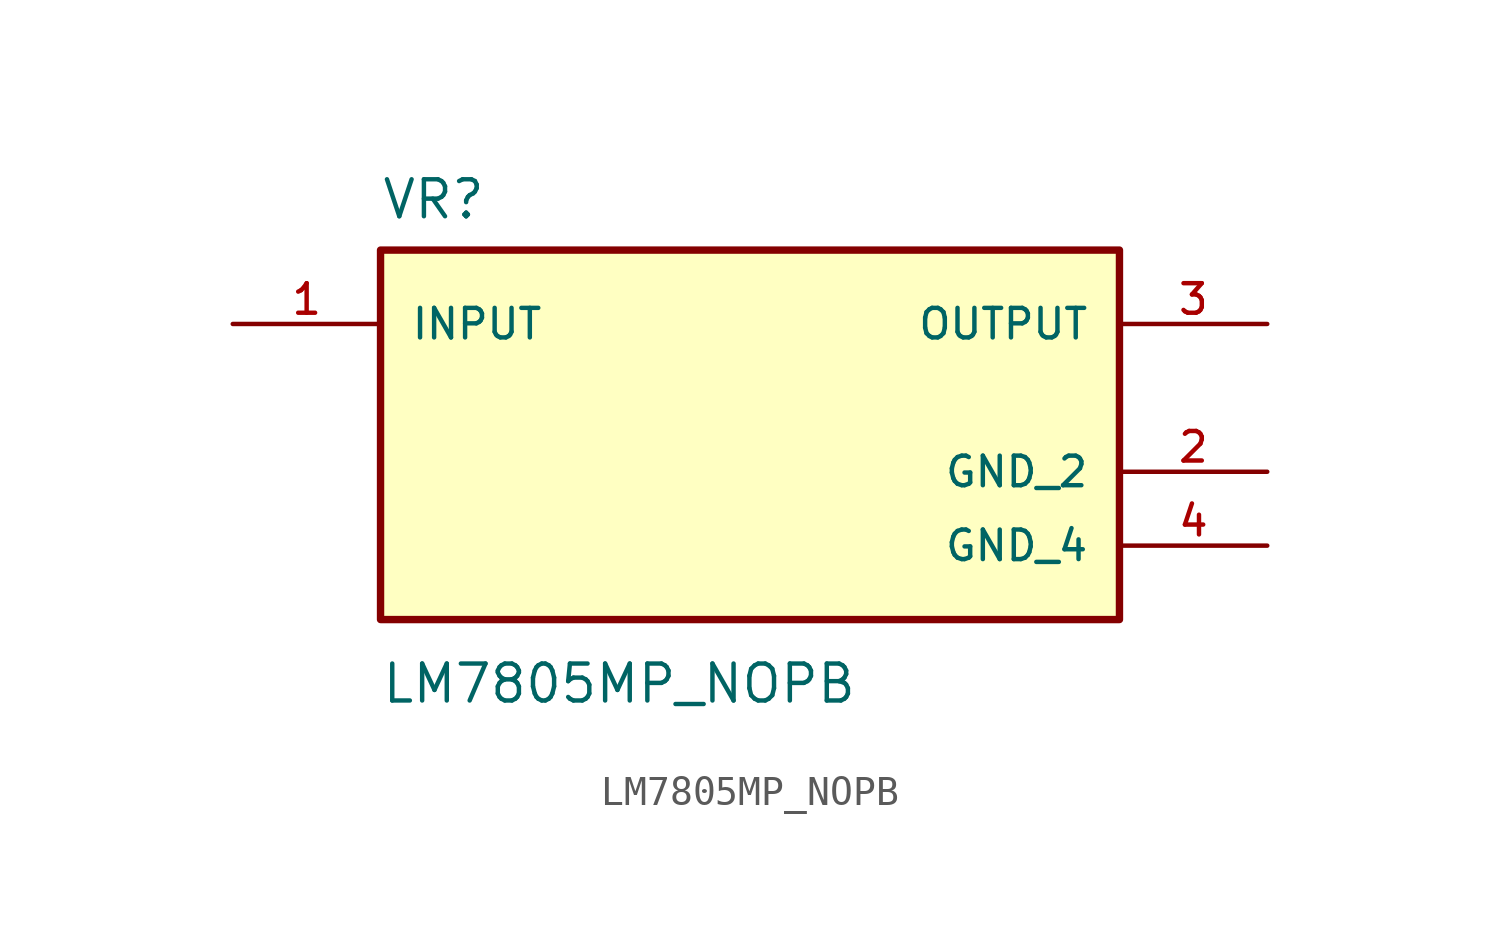
<source format=kicad_sym>
(kicad_symbol_lib
  (version 20211014)
  (generator kicad_symbol_editor)
  (symbol "LM7805MP_NOPB"
    (pin_names
      (offset 1.016))
    (property "Reference" "VR"
      (at -12.7 6.08 0.0)
      (effects (font (size 1.27 1.27)) (justify bottom left)))
    (property "Value" "LM7805MP_NOPB"
      (at -12.7 -9.08 0.0)
      (effects (font (size 1.27 1.27)) (justify top left)))
    (symbol "LM7805MP_NOPB_0_0"
      (rectangle (start -12.7 -7.62) (end 12.7 5.08) (stroke (width 0.254)) (fill (type background)))
      (pin input line (at -17.78 2.54 0) (length 5.08) (name "INPUT" (effects (font (size 1.016 1.016)))) (number "1" (effects (font (size 1.016 1.016)))))
      (pin output line (at 17.78 2.54 180.0) (length 5.08) (name "OUTPUT" (effects (font (size 1.016 1.016)))) (number "3" (effects (font (size 1.016 1.016)))))
      (pin power_in line (at 17.78 -2.54 180.0) (length 5.08) (name "GND_2" (effects (font (size 1.016 1.016)))) (number "2" (effects (font (size 1.016 1.016)))))
      (pin power_in line (at 17.78 -5.08 180.0) (length 5.08) (name "GND_4" (effects (font (size 1.016 1.016)))) (number "4" (effects (font (size 1.016 1.016))))))))
</source>
